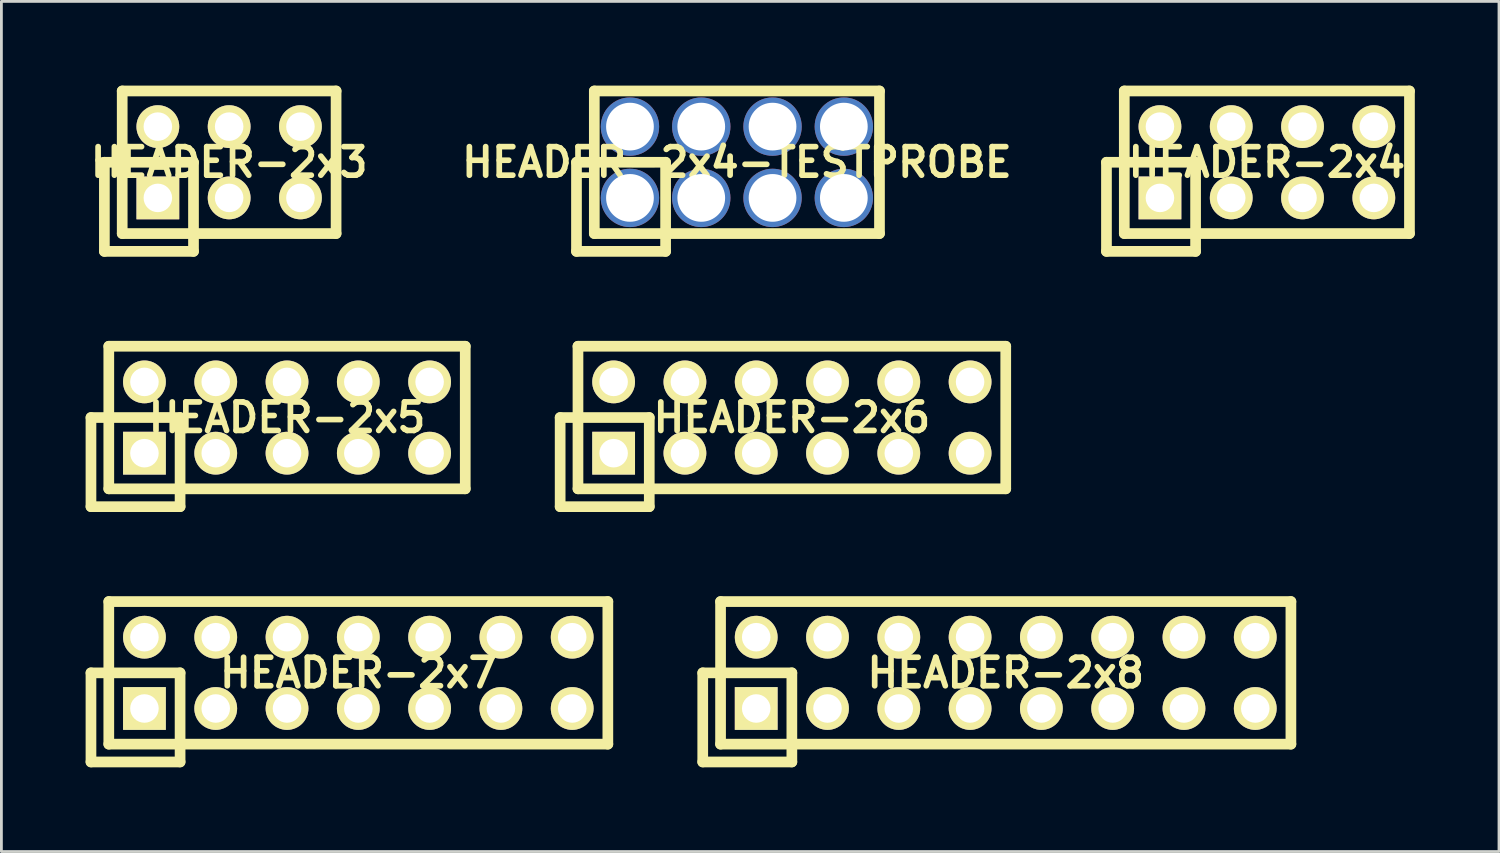
<source format=kicad_pcb>
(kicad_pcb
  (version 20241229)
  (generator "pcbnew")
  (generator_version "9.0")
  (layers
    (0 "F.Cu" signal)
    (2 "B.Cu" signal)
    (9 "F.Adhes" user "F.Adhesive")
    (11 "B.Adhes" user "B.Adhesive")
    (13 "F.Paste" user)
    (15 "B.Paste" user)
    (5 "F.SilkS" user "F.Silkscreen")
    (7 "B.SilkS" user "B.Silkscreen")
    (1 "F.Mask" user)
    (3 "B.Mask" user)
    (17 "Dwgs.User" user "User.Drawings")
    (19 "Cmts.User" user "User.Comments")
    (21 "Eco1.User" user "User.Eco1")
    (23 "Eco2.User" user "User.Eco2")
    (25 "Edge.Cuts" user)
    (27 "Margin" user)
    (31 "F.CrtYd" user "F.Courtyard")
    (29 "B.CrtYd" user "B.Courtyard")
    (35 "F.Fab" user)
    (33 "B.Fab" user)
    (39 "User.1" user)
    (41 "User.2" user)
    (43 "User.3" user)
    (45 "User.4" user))
  (footprint "HEADER-2x6"
    (layer "F.Cu")
    (at 25.162 11.826)
    (property "Reference" "HEADER-2x6" (at 0 0 0) (layer "F.SilkS") (effects (font (size 1.016 1.016) (thickness 0.203))))
    (attr through_hole)
    (fp_line (start -8.255 0) (end -8.255 3.175) (stroke (width 0.381) (type solid)) (layer "F.SilkS"))
    (fp_line (start -8.255 3.175) (end -5.08 3.175) (stroke (width 0.381) (type solid)) (layer "F.SilkS"))
    (fp_line (start -7.62 -2.54) (end 7.62 -2.54) (stroke (width 0.381) (type solid)) (layer "F.SilkS"))
    (fp_line (start -7.62 2.54) (end -7.62 -2.54) (stroke (width 0.381) (type solid)) (layer "F.SilkS"))
    (fp_line (start -5.08 0) (end -8.255 0) (stroke (width 0.381) (type solid)) (layer "F.SilkS"))
    (fp_line (start -5.08 3.175) (end -5.08 0) (stroke (width 0.381) (type solid)) (layer "F.SilkS"))
    (fp_line (start 7.62 -2.54) (end 7.62 2.54) (stroke (width 0.381) (type solid)) (layer "F.SilkS"))
    (fp_line (start 7.62 2.54) (end -7.62 2.54) (stroke (width 0.381) (type solid)) (layer "F.SilkS"))
    (pad "1" thru_hole rect (at -6.35 1.27) (size 1.524 1.524) (drill 1.016) (layers "*.Cu" "*.Mask" "F.SilkS"))
    (pad "2" thru_hole circle (at -6.35 -1.27) (size 1.524 1.524) (drill 1.016) (layers "*.Cu" "*.Mask" "F.SilkS"))
    (pad "3" thru_hole circle (at -3.81 1.27) (size 1.524 1.524) (drill 1.016) (layers "*.Cu" "*.Mask" "F.SilkS"))
    (pad "4" thru_hole circle (at -3.81 -1.27) (size 1.524 1.524) (drill 1.016) (layers "*.Cu" "*.Mask" "F.SilkS"))
    (pad "5" thru_hole circle (at -1.27 1.27) (size 1.524 1.524) (drill 1.016) (layers "*.Cu" "*.Mask" "F.SilkS"))
    (pad "6" thru_hole circle (at -1.27 -1.27) (size 1.524 1.524) (drill 1.016) (layers "*.Cu" "*.Mask" "F.SilkS"))
    (pad "7" thru_hole circle (at 1.27 1.27) (size 1.524 1.524) (drill 1.016) (layers "*.Cu" "*.Mask" "F.SilkS"))
    (pad "8" thru_hole circle (at 1.27 -1.27) (size 1.524 1.524) (drill 1.016) (layers "*.Cu" "*.Mask" "F.SilkS"))
    (pad "9" thru_hole circle (at 3.81 1.27) (size 1.524 1.524) (drill 1.016) (layers "*.Cu" "*.Mask" "F.SilkS"))
    (pad "10" thru_hole circle (at 3.81 -1.27) (size 1.524 1.524) (drill 1.016) (layers "*.Cu" "*.Mask" "F.SilkS"))
    (pad "11" thru_hole circle (at 6.35 1.27) (size 1.524 1.524) (drill 1.016) (layers "*.Cu" "*.Mask" "F.SilkS"))
    (pad "12" thru_hole circle (at 6.35 -1.27) (size 1.524 1.524) (drill 1.016) (layers "*.Cu" "*.Mask" "F.SilkS")))
  (footprint "HEADER-2x3"
    (layer "F.Cu")
    (at 5.114 2.731)
    (property "Reference" "HEADER-2x3" (at 0 0 0) (layer "F.SilkS") (effects (font (size 1.016 1.016) (thickness 0.203))))
    (attr through_hole)
    (fp_line (start -4.445 0) (end -4.445 3.175) (stroke (width 0.381) (type solid)) (layer "F.SilkS"))
    (fp_line (start -4.445 3.175) (end -1.27 3.175) (stroke (width 0.381) (type solid)) (layer "F.SilkS"))
    (fp_line (start -3.81 -2.54) (end 3.81 -2.54) (stroke (width 0.381) (type solid)) (layer "F.SilkS"))
    (fp_line (start -3.81 2.54) (end -3.81 -2.54) (stroke (width 0.381) (type solid)) (layer "F.SilkS"))
    (fp_line (start -1.27 0) (end -4.445 0) (stroke (width 0.381) (type solid)) (layer "F.SilkS"))
    (fp_line (start -1.27 3.175) (end -1.27 0) (stroke (width 0.381) (type solid)) (layer "F.SilkS"))
    (fp_line (start 3.81 -2.54) (end 3.81 2.54) (stroke (width 0.381) (type solid)) (layer "F.SilkS"))
    (fp_line (start 3.81 2.54) (end -3.81 2.54) (stroke (width 0.381) (type solid)) (layer "F.SilkS"))
    (pad "1" thru_hole rect (at -2.54 1.27) (size 1.524 1.524) (drill 1.016) (layers "*.Cu" "*.Mask" "F.SilkS"))
    (pad "2" thru_hole circle (at -2.54 -1.27) (size 1.524 1.524) (drill 1.016) (layers "*.Cu" "*.Mask" "F.SilkS"))
    (pad "3" thru_hole circle (at 0 1.27) (size 1.524 1.524) (drill 1.016) (layers "*.Cu" "*.Mask" "F.SilkS"))
    (pad "4" thru_hole circle (at 0 -1.27) (size 1.524 1.524) (drill 1.016) (layers "*.Cu" "*.Mask" "F.SilkS"))
    (pad "5" thru_hole circle (at 2.54 1.27) (size 1.524 1.524) (drill 1.016) (layers "*.Cu" "*.Mask" "F.SilkS"))
    (pad "6" thru_hole circle (at 2.54 -1.27) (size 1.524 1.524) (drill 1.016) (layers "*.Cu" "*.Mask" "F.SilkS")))
  (footprint "HEADER-2x8"
    (layer "F.Cu")
    (at 32.782 20.922)
    (property "Reference" "HEADER-2x8" (at 0 0 0) (layer "F.SilkS") (effects (font (size 1.016 1.016) (thickness 0.203))))
    (attr through_hole)
    (fp_line (start -10.795 0) (end -10.795 3.175) (stroke (width 0.381) (type solid)) (layer "F.SilkS"))
    (fp_line (start -10.795 3.175) (end -7.62 3.175) (stroke (width 0.381) (type solid)) (layer "F.SilkS"))
    (fp_line (start -10.16 -2.54) (end 10.16 -2.54) (stroke (width 0.381) (type solid)) (layer "F.SilkS"))
    (fp_line (start -10.16 2.54) (end -10.16 -2.54) (stroke (width 0.381) (type solid)) (layer "F.SilkS"))
    (fp_line (start -7.62 0) (end -10.795 0) (stroke (width 0.381) (type solid)) (layer "F.SilkS"))
    (fp_line (start -7.62 3.175) (end -7.62 0) (stroke (width 0.381) (type solid)) (layer "F.SilkS"))
    (fp_line (start 10.16 -2.54) (end 10.16 2.54) (stroke (width 0.381) (type solid)) (layer "F.SilkS"))
    (fp_line (start 10.16 2.54) (end -10.16 2.54) (stroke (width 0.381) (type solid)) (layer "F.SilkS"))
    (pad "1" thru_hole rect (at -8.89 1.27) (size 1.524 1.524) (drill 1.016) (layers "*.Cu" "*.Mask" "F.SilkS"))
    (pad "2" thru_hole circle (at -8.89 -1.27) (size 1.524 1.524) (drill 1.016) (layers "*.Cu" "*.Mask" "F.SilkS"))
    (pad "3" thru_hole circle (at -6.35 1.27) (size 1.524 1.524) (drill 1.016) (layers "*.Cu" "*.Mask" "F.SilkS"))
    (pad "4" thru_hole circle (at -6.35 -1.27) (size 1.524 1.524) (drill 1.016) (layers "*.Cu" "*.Mask" "F.SilkS"))
    (pad "5" thru_hole circle (at -3.81 1.27) (size 1.524 1.524) (drill 1.016) (layers "*.Cu" "*.Mask" "F.SilkS"))
    (pad "6" thru_hole circle (at -3.81 -1.27) (size 1.524 1.524) (drill 1.016) (layers "*.Cu" "*.Mask" "F.SilkS"))
    (pad "7" thru_hole circle (at -1.27 1.27) (size 1.524 1.524) (drill 1.016) (layers "*.Cu" "*.Mask" "F.SilkS"))
    (pad "8" thru_hole circle (at -1.27 -1.27) (size 1.524 1.524) (drill 1.016) (layers "*.Cu" "*.Mask" "F.SilkS"))
    (pad "9" thru_hole circle (at 1.27 1.27) (size 1.524 1.524) (drill 1.016) (layers "*.Cu" "*.Mask" "F.SilkS"))
    (pad "10" thru_hole circle (at 1.27 -1.27) (size 1.524 1.524) (drill 1.016) (layers "*.Cu" "*.Mask" "F.SilkS"))
    (pad "11" thru_hole circle (at 3.81 1.27) (size 1.524 1.524) (drill 1.016) (layers "*.Cu" "*.Mask" "F.SilkS"))
    (pad "12" thru_hole circle (at 3.81 -1.27) (size 1.524 1.524) (drill 1.016) (layers "*.Cu" "*.Mask" "F.SilkS"))
    (pad "13" thru_hole circle (at 6.35 1.27) (size 1.524 1.524) (drill 1.016) (layers "*.Cu" "*.Mask" "F.SilkS"))
    (pad "14" thru_hole circle (at 6.35 -1.27) (size 1.524 1.524) (drill 1.016) (layers "*.Cu" "*.Mask" "F.SilkS"))
    (pad "15" thru_hole circle (at 8.89 1.27) (size 1.524 1.524) (drill 1.016) (layers "*.Cu" "*.Mask" "F.SilkS"))
    (pad "16" thru_hole circle (at 8.89 -1.27) (size 1.524 1.524) (drill 1.016) (layers "*.Cu" "*.Mask" "F.SilkS")))
  (footprint "HEADER-2x4-TESTPROBE"
    (layer "F.Cu")
    (at 23.204 2.731)
    (property "Reference" "HEADER-2x4-TESTPROBE" (at 0 0 0) (layer "F.SilkS") (effects (font (size 1.016 1.016) (thickness 0.203))))
    (attr through_hole)
    (fp_line (start -5.715 0) (end -5.715 3.175) (stroke (width 0.381) (type solid)) (layer "F.SilkS"))
    (fp_line (start -5.715 3.175) (end -2.54 3.175) (stroke (width 0.381) (type solid)) (layer "F.SilkS"))
    (fp_line (start -5.08 -2.54) (end 5.08 -2.54) (stroke (width 0.381) (type solid)) (layer "F.SilkS"))
    (fp_line (start -5.08 2.54) (end -5.08 -2.54) (stroke (width 0.381) (type solid)) (layer "F.SilkS"))
    (fp_line (start -2.54 0) (end -5.715 0) (stroke (width 0.381) (type solid)) (layer "F.SilkS"))
    (fp_line (start -2.54 3.175) (end -2.54 0) (stroke (width 0.381) (type solid)) (layer "F.SilkS"))
    (fp_line (start 5.08 -2.54) (end 5.08 2.54) (stroke (width 0.381) (type solid)) (layer "F.SilkS"))
    (fp_line (start 5.08 2.54) (end -5.08 2.54) (stroke (width 0.381) (type solid)) (layer "F.SilkS"))
    (pad "1" thru_hole circle (at -3.81 1.27) (size 2.08 2.08) (drill 1.7) (layers "*.Cu" "*.Mask"))
    (pad "2" thru_hole circle (at -3.81 -1.27) (size 2.08 2.08) (drill 1.7) (layers "*.Cu" "*.Mask"))
    (pad "3" thru_hole circle (at -1.27 1.27) (size 2.08 2.08) (drill 1.7) (layers "*.Cu" "*.Mask"))
    (pad "4" thru_hole circle (at -1.27 -1.27) (size 2.08 2.08) (drill 1.7) (layers "*.Cu" "*.Mask"))
    (pad "5" thru_hole circle (at 1.27 1.27) (size 2.08 2.08) (drill 1.7) (layers "*.Cu" "*.Mask"))
    (pad "6" thru_hole circle (at 1.27 -1.27) (size 2.08 2.08) (drill 1.7) (layers "*.Cu" "*.Mask"))
    (pad "7" thru_hole circle (at 3.81 1.27) (size 2.08 2.08) (drill 1.7) (layers "*.Cu" "*.Mask"))
    (pad "8" thru_hole circle (at 3.81 -1.27) (size 2.08 2.08) (drill 1.7) (layers "*.Cu" "*.Mask")))
  (footprint "HEADER-2x5"
    (layer "F.Cu")
    (at 7.176 11.826)
    (property "Reference" "HEADER-2x5" (at 0 0 0) (layer "F.SilkS") (effects (font (size 1.016 1.016) (thickness 0.203))))
    (attr through_hole)
    (fp_line (start -6.985 0) (end -6.985 3.175) (stroke (width 0.381) (type solid)) (layer "F.SilkS"))
    (fp_line (start -6.985 3.175) (end -3.81 3.175) (stroke (width 0.381) (type solid)) (layer "F.SilkS"))
    (fp_line (start -6.35 -2.54) (end 6.35 -2.54) (stroke (width 0.381) (type solid)) (layer "F.SilkS"))
    (fp_line (start -6.35 2.54) (end -6.35 -2.54) (stroke (width 0.381) (type solid)) (layer "F.SilkS"))
    (fp_line (start -3.81 0) (end -6.985 0) (stroke (width 0.381) (type solid)) (layer "F.SilkS"))
    (fp_line (start -3.81 3.175) (end -3.81 0) (stroke (width 0.381) (type solid)) (layer "F.SilkS"))
    (fp_line (start 6.35 -2.54) (end 6.35 2.54) (stroke (width 0.381) (type solid)) (layer "F.SilkS"))
    (fp_line (start 6.35 2.54) (end -6.35 2.54) (stroke (width 0.381) (type solid)) (layer "F.SilkS"))
    (pad "1" thru_hole rect (at -5.08 1.27) (size 1.524 1.524) (drill 1.016) (layers "*.Cu" "*.Mask" "F.SilkS"))
    (pad "2" thru_hole circle (at -5.08 -1.27) (size 1.524 1.524) (drill 1.016) (layers "*.Cu" "*.Mask" "F.SilkS"))
    (pad "3" thru_hole circle (at -2.54 1.27) (size 1.524 1.524) (drill 1.016) (layers "*.Cu" "*.Mask" "F.SilkS"))
    (pad "4" thru_hole circle (at -2.54 -1.27) (size 1.524 1.524) (drill 1.016) (layers "*.Cu" "*.Mask" "F.SilkS"))
    (pad "5" thru_hole circle (at 0 1.27) (size 1.524 1.524) (drill 1.016) (layers "*.Cu" "*.Mask" "F.SilkS"))
    (pad "6" thru_hole circle (at 0 -1.27) (size 1.524 1.524) (drill 1.016) (layers "*.Cu" "*.Mask" "F.SilkS"))
    (pad "7" thru_hole circle (at 2.54 1.27) (size 1.524 1.524) (drill 1.016) (layers "*.Cu" "*.Mask" "F.SilkS"))
    (pad "8" thru_hole circle (at 2.54 -1.27) (size 1.524 1.524) (drill 1.016) (layers "*.Cu" "*.Mask" "F.SilkS"))
    (pad "9" thru_hole circle (at 5.08 1.27) (size 1.524 1.524) (drill 1.016) (layers "*.Cu" "*.Mask" "F.SilkS"))
    (pad "10" thru_hole circle (at 5.08 -1.27) (size 1.524 1.524) (drill 1.016) (layers "*.Cu" "*.Mask" "F.SilkS")))
  (footprint "HEADER-2x4"
    (layer "F.Cu")
    (at 42.086 2.731)
    (property "Reference" "HEADER-2x4" (at 0 0 0) (layer "F.SilkS") (effects (font (size 1.016 1.016) (thickness 0.203))))
    (attr through_hole)
    (fp_line (start -5.715 0) (end -5.715 3.175) (stroke (width 0.381) (type solid)) (layer "F.SilkS"))
    (fp_line (start -5.715 3.175) (end -2.54 3.175) (stroke (width 0.381) (type solid)) (layer "F.SilkS"))
    (fp_line (start -5.08 -2.54) (end 5.08 -2.54) (stroke (width 0.381) (type solid)) (layer "F.SilkS"))
    (fp_line (start -5.08 2.54) (end -5.08 -2.54) (stroke (width 0.381) (type solid)) (layer "F.SilkS"))
    (fp_line (start -2.54 0) (end -5.715 0) (stroke (width 0.381) (type solid)) (layer "F.SilkS"))
    (fp_line (start -2.54 3.175) (end -2.54 0) (stroke (width 0.381) (type solid)) (layer "F.SilkS"))
    (fp_line (start 5.08 -2.54) (end 5.08 2.54) (stroke (width 0.381) (type solid)) (layer "F.SilkS"))
    (fp_line (start 5.08 2.54) (end -5.08 2.54) (stroke (width 0.381) (type solid)) (layer "F.SilkS"))
    (pad "1" thru_hole rect (at -3.81 1.27) (size 1.524 1.524) (drill 1.016) (layers "*.Cu" "*.Mask" "F.SilkS"))
    (pad "2" thru_hole circle (at -3.81 -1.27) (size 1.524 1.524) (drill 1.016) (layers "*.Cu" "*.Mask" "F.SilkS"))
    (pad "3" thru_hole circle (at -1.27 1.27) (size 1.524 1.524) (drill 1.016) (layers "*.Cu" "*.Mask" "F.SilkS"))
    (pad "4" thru_hole circle (at -1.27 -1.27) (size 1.524 1.524) (drill 1.016) (layers "*.Cu" "*.Mask" "F.SilkS"))
    (pad "5" thru_hole circle (at 1.27 1.27) (size 1.524 1.524) (drill 1.016) (layers "*.Cu" "*.Mask" "F.SilkS"))
    (pad "6" thru_hole circle (at 1.27 -1.27) (size 1.524 1.524) (drill 1.016) (layers "*.Cu" "*.Mask" "F.SilkS"))
    (pad "7" thru_hole circle (at 3.81 1.27) (size 1.524 1.524) (drill 1.016) (layers "*.Cu" "*.Mask" "F.SilkS"))
    (pad "8" thru_hole circle (at 3.81 -1.27) (size 1.524 1.524) (drill 1.016) (layers "*.Cu" "*.Mask" "F.SilkS")))
  (footprint "HEADER-2x7"
    (layer "F.Cu")
    (at 9.716 20.922)
    (property "Reference" "HEADER-2x7" (at 0 0 0) (layer "F.SilkS") (effects (font (size 1.016 1.016) (thickness 0.203))))
    (attr through_hole)
    (fp_line (start -9.525 0) (end -9.525 3.175) (stroke (width 0.381) (type solid)) (layer "F.SilkS"))
    (fp_line (start -9.525 3.175) (end -6.35 3.175) (stroke (width 0.381) (type solid)) (layer "F.SilkS"))
    (fp_line (start -8.89 2.54) (end -8.89 -2.54) (stroke (width 0.381) (type solid)) (layer "F.SilkS"))
    (fp_line (start -8.89 2.54) (end 8.89 2.54) (stroke (width 0.381) (type solid)) (layer "F.SilkS"))
    (fp_line (start -6.35 0) (end -9.525 0) (stroke (width 0.381) (type solid)) (layer "F.SilkS"))
    (fp_line (start -6.35 3.175) (end -6.35 0) (stroke (width 0.381) (type solid)) (layer "F.SilkS"))
    (fp_line (start 8.89 -2.54) (end -8.89 -2.54) (stroke (width 0.381) (type solid)) (layer "F.SilkS"))
    (fp_line (start 8.89 2.54) (end 8.89 -2.54) (stroke (width 0.381) (type solid)) (layer "F.SilkS"))
    (pad "1" thru_hole rect (at -7.62 1.27) (size 1.524 1.524) (drill 1.016) (layers "*.Cu" "*.Mask" "F.SilkS"))
    (pad "2" thru_hole circle (at -7.62 -1.27) (size 1.524 1.524) (drill 1.016) (layers "*.Cu" "*.Mask" "F.SilkS"))
    (pad "3" thru_hole circle (at -5.08 1.27) (size 1.524 1.524) (drill 1.016) (layers "*.Cu" "*.Mask" "F.SilkS"))
    (pad "4" thru_hole circle (at -5.08 -1.27) (size 1.524 1.524) (drill 1.016) (layers "*.Cu" "*.Mask" "F.SilkS"))
    (pad "5" thru_hole circle (at -2.54 1.27) (size 1.524 1.524) (drill 1.016) (layers "*.Cu" "*.Mask" "F.SilkS"))
    (pad "6" thru_hole circle (at -2.54 -1.27) (size 1.524 1.524) (drill 1.016) (layers "*.Cu" "*.Mask" "F.SilkS"))
    (pad "7" thru_hole circle (at 0 1.27) (size 1.524 1.524) (drill 1.016) (layers "*.Cu" "*.Mask" "F.SilkS"))
    (pad "8" thru_hole circle (at 0 -1.27) (size 1.524 1.524) (drill 1.016) (layers "*.Cu" "*.Mask" "F.SilkS"))
    (pad "9" thru_hole circle (at 2.54 1.27) (size 1.524 1.524) (drill 1.016) (layers "*.Cu" "*.Mask" "F.SilkS"))
    (pad "10" thru_hole circle (at 2.54 -1.27) (size 1.524 1.524) (drill 1.016) (layers "*.Cu" "*.Mask" "F.SilkS"))
    (pad "11" thru_hole circle (at 5.08 1.27) (size 1.524 1.524) (drill 1.016) (layers "*.Cu" "*.Mask" "F.SilkS"))
    (pad "12" thru_hole circle (at 5.08 -1.27) (size 1.524 1.524) (drill 1.016) (layers "*.Cu" "*.Mask" "F.SilkS"))
    (pad "13" thru_hole circle (at 7.62 1.27) (size 1.524 1.524) (drill 1.016) (layers "*.Cu" "*.Mask" "F.SilkS"))
    (pad "14" thru_hole circle (at 7.62 -1.27) (size 1.524 1.524) (drill 1.016) (layers "*.Cu" "*.Mask" "F.SilkS")))
  (gr_rect
    (start -3 -3)
    (end 50.356 27.288)
    (stroke (width 0.1) (type default))
    (fill no)
    (layer "Edge.Cuts")))
</source>
